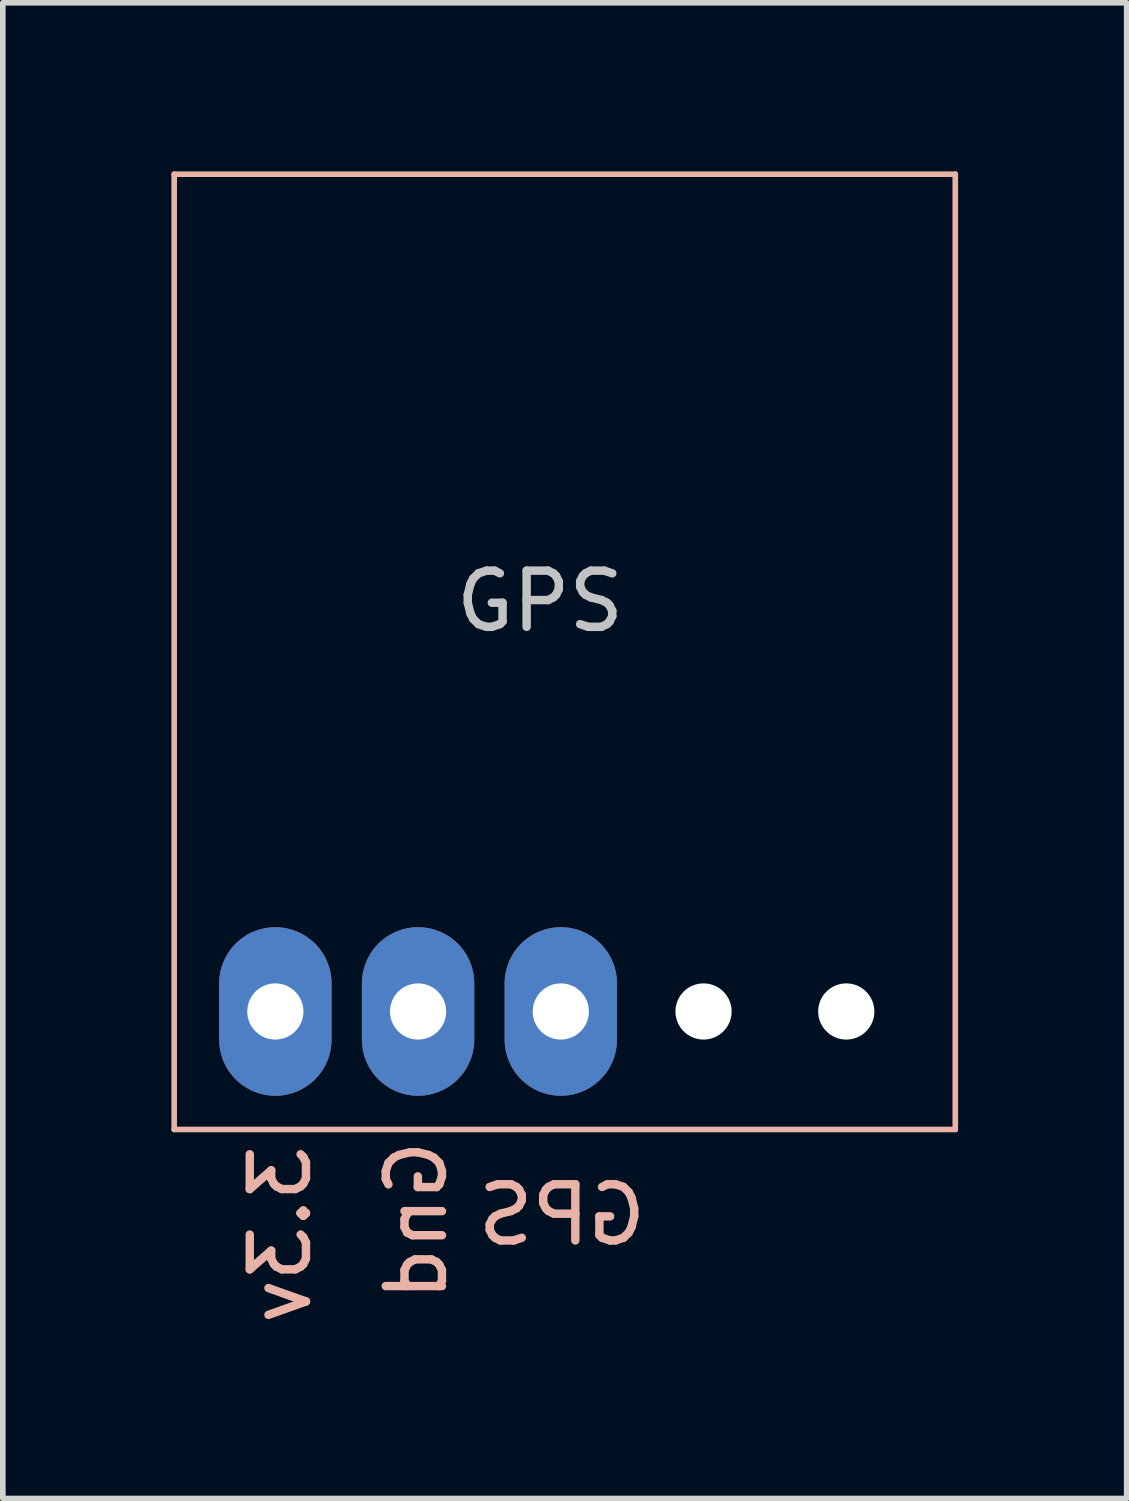
<source format=kicad_pcb>
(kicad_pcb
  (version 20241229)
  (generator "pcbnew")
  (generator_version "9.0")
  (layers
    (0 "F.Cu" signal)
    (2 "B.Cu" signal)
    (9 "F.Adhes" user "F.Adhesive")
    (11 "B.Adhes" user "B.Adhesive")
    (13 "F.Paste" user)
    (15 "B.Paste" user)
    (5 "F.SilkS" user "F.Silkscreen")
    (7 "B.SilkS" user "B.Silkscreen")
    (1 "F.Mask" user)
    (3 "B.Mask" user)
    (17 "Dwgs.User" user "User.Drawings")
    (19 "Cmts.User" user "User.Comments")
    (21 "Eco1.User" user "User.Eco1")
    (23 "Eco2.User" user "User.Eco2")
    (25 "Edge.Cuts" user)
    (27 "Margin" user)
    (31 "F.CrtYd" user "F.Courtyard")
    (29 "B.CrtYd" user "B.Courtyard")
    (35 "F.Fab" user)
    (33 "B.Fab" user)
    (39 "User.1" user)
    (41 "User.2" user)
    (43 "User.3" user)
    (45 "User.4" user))
  (footprint "GPS"
    (layer "F.Cu")
    (at 1.85 14.95)
    (property "Reference" "GPS" (at 4.71 -7.3 0) (layer "Dwgs.User") (effects (font (size 1 1) (thickness 0.15))))
    (attr through_hole)
    (fp_line (start -1.8 -14.9) (end 12.1 -14.9) (stroke (width 0.1) (type solid)) (layer "B.SilkS"))
    (fp_line (start -1.8 2.1) (end -1.8 -14.9) (stroke (width 0.1) (type solid)) (layer "B.SilkS"))
    (fp_line (start 12.1 -14.9) (end 12.1 2.1) (stroke (width 0.1) (type solid)) (layer "B.SilkS"))
    (fp_line (start 12.1 2.1) (end -1.8 2.1) (stroke (width 0.1) (type solid)) (layer "B.SilkS"))
    (fp_text user "3.3v" (at 0.09 3.97 90) (layer "B.SilkS") (effects (font (size 1 1) (thickness 0.15)) (justify mirror)))
    (fp_text user "GPS" (at 5.1 3.62 0) (layer "B.SilkS") (effects (font (size 1 1) (thickness 0.15)) (justify mirror)))
    (fp_text user "Gnd" (at 2.51 3.72 90) (layer "B.SilkS") (effects (font (size 1 1) (thickness 0.15)) (justify mirror)))
    (pad "" np_thru_hole circle (at 7.62 0) (size 1 1) (drill 1) (layers "*.Cu" "*.Mask"))
    (pad "" np_thru_hole circle (at 10.16 0) (size 1 1) (drill 1) (layers "*.Cu" "*.Mask"))
    (pad "1" thru_hole oval (at 0 0) (size 2 3) (drill 1) (layers "*.Cu" "*.Mask"))
    (pad "2" thru_hole oval (at 2.54 0) (size 2 3) (drill 1) (layers "*.Cu" "*.Mask"))
    (pad "3" thru_hole oval (at 5.08 0) (size 2 3) (drill 1) (layers "*.Cu" "*.Mask")))
  (gr_rect
    (start -3 -3)
    (end 17 23.616)
    (stroke (width 0.1) (type default))
    (fill no)
    (layer "Edge.Cuts")))
</source>
